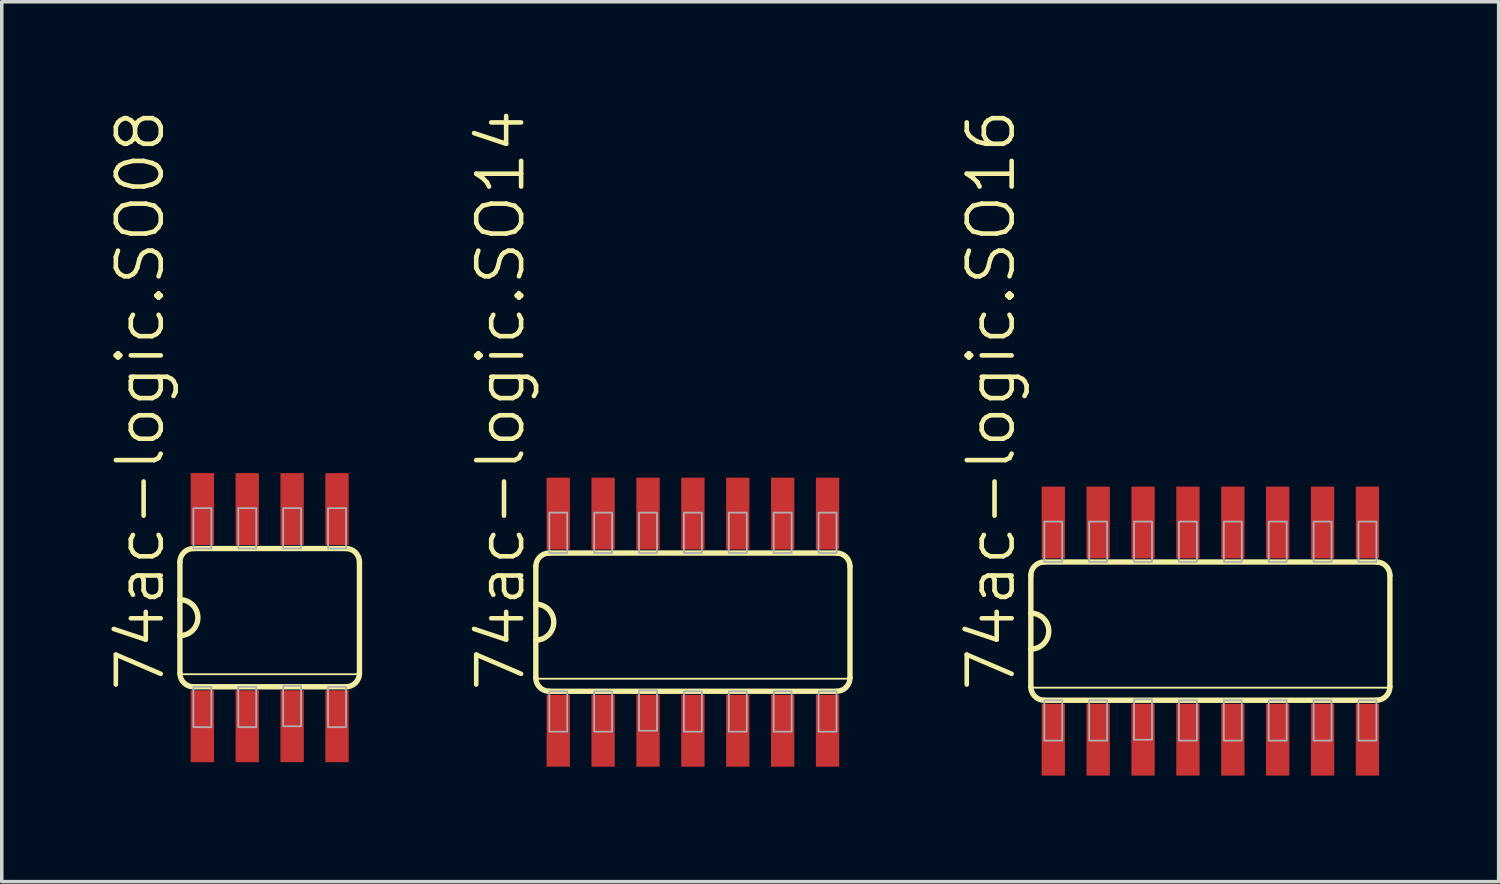
<source format=kicad_pcb>
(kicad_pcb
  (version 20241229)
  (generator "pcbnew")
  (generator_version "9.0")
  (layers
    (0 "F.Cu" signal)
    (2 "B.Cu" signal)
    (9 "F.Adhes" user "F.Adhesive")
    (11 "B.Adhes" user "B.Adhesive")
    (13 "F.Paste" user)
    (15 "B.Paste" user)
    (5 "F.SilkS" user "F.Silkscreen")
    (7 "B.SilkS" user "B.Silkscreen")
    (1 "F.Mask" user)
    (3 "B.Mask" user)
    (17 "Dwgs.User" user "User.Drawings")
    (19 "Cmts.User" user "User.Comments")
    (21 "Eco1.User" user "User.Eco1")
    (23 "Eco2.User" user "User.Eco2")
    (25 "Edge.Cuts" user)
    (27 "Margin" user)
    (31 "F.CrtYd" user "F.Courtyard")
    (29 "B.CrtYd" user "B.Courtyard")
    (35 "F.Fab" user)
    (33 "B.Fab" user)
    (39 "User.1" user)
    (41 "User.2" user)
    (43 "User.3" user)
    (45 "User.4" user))
  (footprint "74ac-logic.SO08"
    (layer "F.Cu")
    (at 4.581 14.427)
    (property "Reference" "74ac-logic.SO08" (at -2.921 2.159 90) (layer "F.SilkS") (effects (font (size 1.27 1.27) (thickness 0.13)) (justify left bottom)))
    (attr smd)
    (fp_line (start -2.54 -1.575) (end -2.54 -0.508) (stroke (width 0.152) (type default)) (layer "F.SilkS"))
    (fp_line (start -2.54 -0.508) (end -2.54 0.508) (stroke (width 0.152) (type default)) (layer "F.SilkS"))
    (fp_line (start -2.54 0.508) (end -2.54 1.575) (stroke (width 0.152) (type default)) (layer "F.SilkS"))
    (fp_line (start -2.54 1.6) (end 2.54 1.6) (stroke (width 0.051) (type default)) (layer "F.SilkS"))
    (fp_line (start -2.159 1.956) (end 2.159 1.956) (stroke (width 0.152) (type default)) (layer "F.SilkS"))
    (fp_line (start 2.159 -1.956) (end -2.159 -1.956) (stroke (width 0.152) (type default)) (layer "F.SilkS"))
    (fp_line (start 2.54 1.575) (end 2.54 -1.575) (stroke (width 0.152) (type default)) (layer "F.SilkS"))
    (fp_arc (start -2.54 -1.5748) (mid -2.428408 -1.844208) (end -2.159 -1.9558) (stroke (width 0.1524) (type default)) (layer "F.SilkS"))
    (fp_arc (start -2.54 -0.508) (mid -2.032 0) (end -2.54 0.508) (stroke (width 0.1524) (type default)) (layer "F.SilkS"))
    (fp_arc (start -2.159 1.9558) (mid -2.428408 1.844208) (end -2.54 1.5748) (stroke (width 0.1524) (type default)) (layer "F.SilkS"))
    (fp_arc (start 2.159 -1.9558) (mid 2.428408 -1.844208) (end 2.54 -1.5748) (stroke (width 0.1524) (type default)) (layer "F.SilkS"))
    (fp_arc (start 2.54 1.5748) (mid 2.428408 1.844208) (end 2.159 1.9558) (stroke (width 0.1524) (type default)) (layer "F.SilkS"))
    (fp_rect (start -2.159 -1.956) (end -1.651 -3.099) (stroke (width 0.05) (type default)) (fill no) (layer "F.Fab"))
    (fp_rect (start -2.159 3.099) (end -1.651 1.956) (stroke (width 0.05) (type default)) (fill no) (layer "F.Fab"))
    (fp_rect (start -0.889 -1.956) (end -0.381 -3.099) (stroke (width 0.05) (type default)) (fill no) (layer "F.Fab"))
    (fp_rect (start -0.889 3.099) (end -0.381 1.956) (stroke (width 0.05) (type default)) (fill no) (layer "F.Fab"))
    (fp_rect (start 0.381 -1.956) (end 0.889 -3.099) (stroke (width 0.05) (type default)) (fill no) (layer "F.Fab"))
    (fp_rect (start 0.381 3.073) (end 0.889 1.93) (stroke (width 0.05) (type default)) (fill no) (layer "F.Fab"))
    (fp_rect (start 1.651 -1.956) (end 2.159 -3.099) (stroke (width 0.05) (type default)) (fill no) (layer "F.Fab"))
    (fp_rect (start 1.651 3.099) (end 2.159 1.956) (stroke (width 0.05) (type default)) (fill no) (layer "F.Fab"))
    (pad "1" smd roundrect (at -1.905 3.073) (size 0.66 2.032) (layers "F.Cu" "F.Mask" "F.Paste") (roundrect_rratio 0.01))
    (pad "2" smd roundrect (at -0.635 3.073) (size 0.66 2.032) (layers "F.Cu" "F.Mask" "F.Paste") (roundrect_rratio 0.01))
    (pad "3" smd roundrect (at 0.635 3.073) (size 0.66 2.032) (layers "F.Cu" "F.Mask" "F.Paste") (roundrect_rratio 0.01))
    (pad "4" smd roundrect (at 1.905 3.073) (size 0.66 2.032) (layers "F.Cu" "F.Mask" "F.Paste") (roundrect_rratio 0.01))
    (pad "5" smd roundrect (at 1.905 -3.073) (size 0.66 2.032) (layers "F.Cu" "F.Mask" "F.Paste") (roundrect_rratio 0.01))
    (pad "6" smd roundrect (at 0.635 -3.073) (size 0.66 2.032) (layers "F.Cu" "F.Mask" "F.Paste") (roundrect_rratio 0.01))
    (pad "7" smd roundrect (at -0.635 -3.073) (size 0.66 2.032) (layers "F.Cu" "F.Mask" "F.Paste") (roundrect_rratio 0.01))
    (pad "8" smd roundrect (at -1.905 -3.073) (size 0.66 2.032) (layers "F.Cu" "F.Mask" "F.Paste") (roundrect_rratio 0.01)))
  (footprint "74ac-logic.SO14"
    (layer "F.Cu")
    (at 16.556 14.554)
    (property "Reference" "74ac-logic.SO14" (at -4.699 2.032 90) (layer "F.SilkS") (effects (font (size 1.27 1.27) (thickness 0.13)) (justify left bottom)))
    (attr smd)
    (fp_line (start -4.445 -1.575) (end -4.445 -0.508) (stroke (width 0.152) (type default)) (layer "F.SilkS"))
    (fp_line (start -4.445 -0.508) (end -4.445 0.508) (stroke (width 0.152) (type default)) (layer "F.SilkS"))
    (fp_line (start -4.445 0.508) (end -4.445 1.575) (stroke (width 0.152) (type default)) (layer "F.SilkS"))
    (fp_line (start -4.445 1.6) (end 4.445 1.6) (stroke (width 0.051) (type default)) (layer "F.SilkS"))
    (fp_line (start -4.064 1.956) (end 4.064 1.956) (stroke (width 0.152) (type default)) (layer "F.SilkS"))
    (fp_line (start 4.064 -1.956) (end -4.064 -1.956) (stroke (width 0.152) (type default)) (layer "F.SilkS"))
    (fp_line (start 4.445 1.575) (end 4.445 -1.575) (stroke (width 0.152) (type default)) (layer "F.SilkS"))
    (fp_arc (start -4.445 -1.5748) (mid -4.333408 -1.844208) (end -4.064 -1.9558) (stroke (width 0.1524) (type default)) (layer "F.SilkS"))
    (fp_arc (start -4.445 -0.508) (mid -3.937 0) (end -4.445 0.508) (stroke (width 0.1524) (type default)) (layer "F.SilkS"))
    (fp_arc (start -4.064 1.9558) (mid -4.333408 1.844208) (end -4.445 1.5748) (stroke (width 0.1524) (type default)) (layer "F.SilkS"))
    (fp_arc (start 4.064 -1.9558) (mid 4.333408 -1.844208) (end 4.445 -1.5748) (stroke (width 0.1524) (type default)) (layer "F.SilkS"))
    (fp_arc (start 4.445 1.5748) (mid 4.333408 1.844208) (end 4.064 1.9558) (stroke (width 0.1524) (type default)) (layer "F.SilkS"))
    (fp_rect (start -4.064 -1.956) (end -3.556 -3.099) (stroke (width 0.05) (type default)) (fill no) (layer "F.Fab"))
    (fp_rect (start -4.064 3.099) (end -3.556 1.956) (stroke (width 0.05) (type default)) (fill no) (layer "F.Fab"))
    (fp_rect (start -2.794 -1.956) (end -2.286 -3.099) (stroke (width 0.05) (type default)) (fill no) (layer "F.Fab"))
    (fp_rect (start -2.794 3.099) (end -2.286 1.956) (stroke (width 0.05) (type default)) (fill no) (layer "F.Fab"))
    (fp_rect (start -1.524 -1.956) (end -1.016 -3.099) (stroke (width 0.05) (type default)) (fill no) (layer "F.Fab"))
    (fp_rect (start -1.524 3.073) (end -1.016 1.93) (stroke (width 0.05) (type default)) (fill no) (layer "F.Fab"))
    (fp_rect (start -0.254 -1.956) (end 0.254 -3.099) (stroke (width 0.05) (type default)) (fill no) (layer "F.Fab"))
    (fp_rect (start -0.254 3.099) (end 0.254 1.956) (stroke (width 0.05) (type default)) (fill no) (layer "F.Fab"))
    (fp_rect (start 1.016 -1.956) (end 1.524 -3.099) (stroke (width 0.05) (type default)) (fill no) (layer "F.Fab"))
    (fp_rect (start 1.016 3.099) (end 1.524 1.956) (stroke (width 0.05) (type default)) (fill no) (layer "F.Fab"))
    (fp_rect (start 2.286 -1.956) (end 2.794 -3.099) (stroke (width 0.05) (type default)) (fill no) (layer "F.Fab"))
    (fp_rect (start 2.286 3.099) (end 2.794 1.956) (stroke (width 0.05) (type default)) (fill no) (layer "F.Fab"))
    (fp_rect (start 3.556 -1.956) (end 4.064 -3.099) (stroke (width 0.05) (type default)) (fill no) (layer "F.Fab"))
    (fp_rect (start 3.556 3.099) (end 4.064 1.956) (stroke (width 0.05) (type default)) (fill no) (layer "F.Fab"))
    (pad "1" smd roundrect (at -3.81 3.073) (size 0.66 2.032) (layers "F.Cu" "F.Mask" "F.Paste") (roundrect_rratio 0.01))
    (pad "2" smd roundrect (at -2.54 3.073) (size 0.66 2.032) (layers "F.Cu" "F.Mask" "F.Paste") (roundrect_rratio 0.01))
    (pad "3" smd roundrect (at -1.27 3.073) (size 0.66 2.032) (layers "F.Cu" "F.Mask" "F.Paste") (roundrect_rratio 0.01))
    (pad "4" smd roundrect (at 0 3.073) (size 0.66 2.032) (layers "F.Cu" "F.Mask" "F.Paste") (roundrect_rratio 0.01))
    (pad "5" smd roundrect (at 1.27 3.073) (size 0.66 2.032) (layers "F.Cu" "F.Mask" "F.Paste") (roundrect_rratio 0.01))
    (pad "6" smd roundrect (at 2.54 3.073) (size 0.66 2.032) (layers "F.Cu" "F.Mask" "F.Paste") (roundrect_rratio 0.01))
    (pad "7" smd roundrect (at 3.81 3.073) (size 0.66 2.032) (layers "F.Cu" "F.Mask" "F.Paste") (roundrect_rratio 0.01))
    (pad "8" smd roundrect (at 3.81 -3.073) (size 0.66 2.032) (layers "F.Cu" "F.Mask" "F.Paste") (roundrect_rratio 0.01))
    (pad "9" smd roundrect (at 2.54 -3.073) (size 0.66 2.032) (layers "F.Cu" "F.Mask" "F.Paste") (roundrect_rratio 0.01))
    (pad "10" smd roundrect (at 1.27 -3.073) (size 0.66 2.032) (layers "F.Cu" "F.Mask" "F.Paste") (roundrect_rratio 0.01))
    (pad "11" smd roundrect (at 0 -3.073) (size 0.66 2.032) (layers "F.Cu" "F.Mask" "F.Paste") (roundrect_rratio 0.01))
    (pad "12" smd roundrect (at -1.27 -3.073) (size 0.66 2.032) (layers "F.Cu" "F.Mask" "F.Paste") (roundrect_rratio 0.01))
    (pad "13" smd roundrect (at -2.54 -3.073) (size 0.66 2.032) (layers "F.Cu" "F.Mask" "F.Paste") (roundrect_rratio 0.01))
    (pad "14" smd roundrect (at -3.81 -3.073) (size 0.66 2.032) (layers "F.Cu" "F.Mask" "F.Paste") (roundrect_rratio 0.01)))
  (footprint "74ac-logic.SO16"
    (layer "F.Cu")
    (at 31.198 14.808)
    (property "Reference" "74ac-logic.SO16" (at -5.461 1.778 90) (layer "F.SilkS") (effects (font (size 1.27 1.27) (thickness 0.13)) (justify left bottom)))
    (attr smd)
    (fp_line (start -5.08 -1.575) (end -5.08 -0.508) (stroke (width 0.152) (type default)) (layer "F.SilkS"))
    (fp_line (start -5.08 -0.508) (end -5.08 0.508) (stroke (width 0.152) (type default)) (layer "F.SilkS"))
    (fp_line (start -5.08 0.508) (end -5.08 1.575) (stroke (width 0.152) (type default)) (layer "F.SilkS"))
    (fp_line (start -5.08 1.6) (end 5.08 1.6) (stroke (width 0.051) (type default)) (layer "F.SilkS"))
    (fp_line (start -4.699 1.956) (end 4.699 1.956) (stroke (width 0.152) (type default)) (layer "F.SilkS"))
    (fp_line (start 4.699 -1.956) (end -4.699 -1.956) (stroke (width 0.152) (type default)) (layer "F.SilkS"))
    (fp_line (start 5.08 1.575) (end 5.08 -1.575) (stroke (width 0.152) (type default)) (layer "F.SilkS"))
    (fp_arc (start -5.08 -1.5748) (mid -4.968408 -1.844208) (end -4.699 -1.9558) (stroke (width 0.1524) (type default)) (layer "F.SilkS"))
    (fp_arc (start -5.08 -0.508) (mid -4.572 0) (end -5.08 0.508) (stroke (width 0.1524) (type default)) (layer "F.SilkS"))
    (fp_arc (start -4.699 1.9558) (mid -4.968408 1.844208) (end -5.08 1.5748) (stroke (width 0.1524) (type default)) (layer "F.SilkS"))
    (fp_arc (start 4.699 -1.9558) (mid 4.968408 -1.844208) (end 5.08 -1.5748) (stroke (width 0.1524) (type default)) (layer "F.SilkS"))
    (fp_arc (start 5.08 1.5748) (mid 4.968408 1.844208) (end 4.699 1.9558) (stroke (width 0.1524) (type default)) (layer "F.SilkS"))
    (fp_rect (start -4.699 -1.956) (end -4.191 -3.099) (stroke (width 0.05) (type default)) (fill no) (layer "F.Fab"))
    (fp_rect (start -4.699 3.099) (end -4.191 1.956) (stroke (width 0.05) (type default)) (fill no) (layer "F.Fab"))
    (fp_rect (start -3.429 -1.956) (end -2.921 -3.099) (stroke (width 0.05) (type default)) (fill no) (layer "F.Fab"))
    (fp_rect (start -3.429 3.099) (end -2.921 1.956) (stroke (width 0.05) (type default)) (fill no) (layer "F.Fab"))
    (fp_rect (start -2.159 -1.956) (end -1.651 -3.099) (stroke (width 0.05) (type default)) (fill no) (layer "F.Fab"))
    (fp_rect (start -2.159 3.073) (end -1.651 1.93) (stroke (width 0.05) (type default)) (fill no) (layer "F.Fab"))
    (fp_rect (start -0.889 -1.956) (end -0.381 -3.099) (stroke (width 0.05) (type default)) (fill no) (layer "F.Fab"))
    (fp_rect (start -0.889 3.099) (end -0.381 1.956) (stroke (width 0.05) (type default)) (fill no) (layer "F.Fab"))
    (fp_rect (start 0.381 -1.956) (end 0.889 -3.099) (stroke (width 0.05) (type default)) (fill no) (layer "F.Fab"))
    (fp_rect (start 0.381 3.099) (end 0.889 1.956) (stroke (width 0.05) (type default)) (fill no) (layer "F.Fab"))
    (fp_rect (start 1.651 -1.956) (end 2.159 -3.099) (stroke (width 0.05) (type default)) (fill no) (layer "F.Fab"))
    (fp_rect (start 1.651 3.099) (end 2.159 1.956) (stroke (width 0.05) (type default)) (fill no) (layer "F.Fab"))
    (fp_rect (start 2.921 -1.956) (end 3.429 -3.099) (stroke (width 0.05) (type default)) (fill no) (layer "F.Fab"))
    (fp_rect (start 2.921 3.099) (end 3.429 1.956) (stroke (width 0.05) (type default)) (fill no) (layer "F.Fab"))
    (fp_rect (start 4.191 -1.956) (end 4.699 -3.099) (stroke (width 0.05) (type default)) (fill no) (layer "F.Fab"))
    (fp_rect (start 4.191 3.099) (end 4.699 1.956) (stroke (width 0.05) (type default)) (fill no) (layer "F.Fab"))
    (pad "1" smd roundrect (at -4.445 3.073) (size 0.66 2.032) (layers "F.Cu" "F.Mask" "F.Paste") (roundrect_rratio 0.01))
    (pad "2" smd roundrect (at -3.175 3.073) (size 0.66 2.032) (layers "F.Cu" "F.Mask" "F.Paste") (roundrect_rratio 0.01))
    (pad "3" smd roundrect (at -1.905 3.073) (size 0.66 2.032) (layers "F.Cu" "F.Mask" "F.Paste") (roundrect_rratio 0.01))
    (pad "4" smd roundrect (at -0.635 3.073) (size 0.66 2.032) (layers "F.Cu" "F.Mask" "F.Paste") (roundrect_rratio 0.01))
    (pad "5" smd roundrect (at 0.635 3.073) (size 0.66 2.032) (layers "F.Cu" "F.Mask" "F.Paste") (roundrect_rratio 0.01))
    (pad "6" smd roundrect (at 1.905 3.073) (size 0.66 2.032) (layers "F.Cu" "F.Mask" "F.Paste") (roundrect_rratio 0.01))
    (pad "7" smd roundrect (at 3.175 3.073) (size 0.66 2.032) (layers "F.Cu" "F.Mask" "F.Paste") (roundrect_rratio 0.01))
    (pad "8" smd roundrect (at 4.445 3.073) (size 0.66 2.032) (layers "F.Cu" "F.Mask" "F.Paste") (roundrect_rratio 0.01))
    (pad "9" smd roundrect (at 4.445 -3.073) (size 0.66 2.032) (layers "F.Cu" "F.Mask" "F.Paste") (roundrect_rratio 0.01))
    (pad "10" smd roundrect (at 3.175 -3.073) (size 0.66 2.032) (layers "F.Cu" "F.Mask" "F.Paste") (roundrect_rratio 0.01))
    (pad "11" smd roundrect (at 1.905 -3.073) (size 0.66 2.032) (layers "F.Cu" "F.Mask" "F.Paste") (roundrect_rratio 0.01))
    (pad "12" smd roundrect (at 0.635 -3.073) (size 0.66 2.032) (layers "F.Cu" "F.Mask" "F.Paste") (roundrect_rratio 0.01))
    (pad "13" smd roundrect (at -0.635 -3.073) (size 0.66 2.032) (layers "F.Cu" "F.Mask" "F.Paste") (roundrect_rratio 0.01))
    (pad "14" smd roundrect (at -1.905 -3.073) (size 0.66 2.032) (layers "F.Cu" "F.Mask" "F.Paste") (roundrect_rratio 0.01))
    (pad "15" smd roundrect (at -3.175 -3.073) (size 0.66 2.032) (layers "F.Cu" "F.Mask" "F.Paste") (roundrect_rratio 0.01))
    (pad "16" smd roundrect (at -4.445 -3.073) (size 0.66 2.032) (layers "F.Cu" "F.Mask" "F.Paste") (roundrect_rratio 0.01)))
  (gr_rect
    (start -3 -3)
    (end 39.355 21.897)
    (stroke (width 0.1) (type default))
    (fill no)
    (layer "Edge.Cuts")))
</source>
